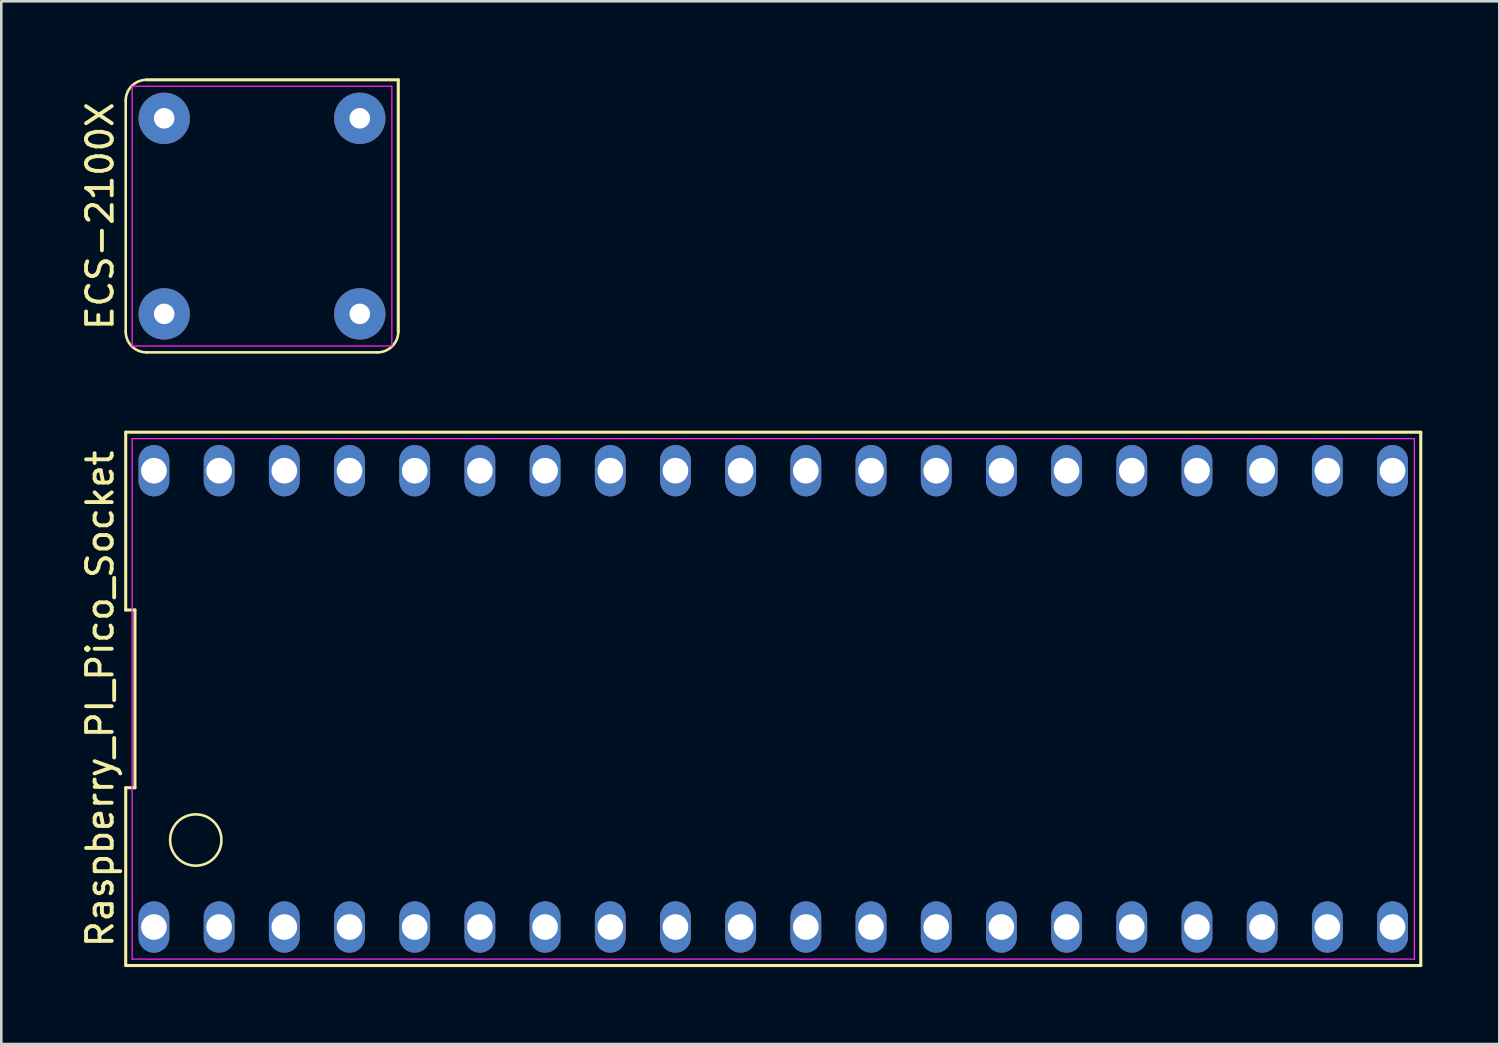
<source format=kicad_pcb>
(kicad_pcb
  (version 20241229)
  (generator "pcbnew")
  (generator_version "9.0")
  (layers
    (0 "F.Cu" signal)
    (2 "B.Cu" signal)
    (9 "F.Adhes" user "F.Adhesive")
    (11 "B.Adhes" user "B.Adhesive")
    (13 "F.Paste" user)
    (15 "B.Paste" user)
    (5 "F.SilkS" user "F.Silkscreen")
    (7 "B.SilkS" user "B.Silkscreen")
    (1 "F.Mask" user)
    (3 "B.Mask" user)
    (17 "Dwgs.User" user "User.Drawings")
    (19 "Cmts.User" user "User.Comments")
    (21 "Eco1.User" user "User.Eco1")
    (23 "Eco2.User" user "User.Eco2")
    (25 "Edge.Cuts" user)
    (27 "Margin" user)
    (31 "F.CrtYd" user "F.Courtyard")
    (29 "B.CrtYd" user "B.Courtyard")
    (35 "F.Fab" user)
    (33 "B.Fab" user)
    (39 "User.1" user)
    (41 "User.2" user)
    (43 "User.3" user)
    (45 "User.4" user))
  (footprint "ECS-2100X"
    (layer "F.Cu")
    (at 7.158 5.37)
    (property "Reference" "ECS-2100X" (at -6.31 0 90) (layer "F.SilkS") (effects (font (size 1 1) (thickness 0.15))))
    (attr through_hole)
    (fp_line (start -5.31 -4.5) (end -5.31 4.5) (stroke (width 0.1) (type default)) (layer "F.SilkS"))
    (fp_line (start -4.5 5.31) (end 4.5 5.31) (stroke (width 0.1) (type default)) (layer "F.SilkS"))
    (fp_line (start 5.31 -5.31) (end -4.5 -5.31) (stroke (width 0.12) (type default)) (layer "F.SilkS"))
    (fp_line (start 5.31 4.5) (end 5.31 -5.31) (stroke (width 0.12) (type default)) (layer "F.SilkS"))
    (fp_arc (start -5.31 -4.5) (mid -5.072756 -5.072756) (end -4.5 -5.31) (stroke (width 0.1) (type default)) (layer "F.SilkS"))
    (fp_arc (start -4.5 5.31) (mid -5.072756 5.072756) (end -5.31 4.5) (stroke (width 0.1) (type default)) (layer "F.SilkS"))
    (fp_arc (start 5.31 4.5) (mid 5.072756 5.072756) (end 4.5 5.31) (stroke (width 0.1) (type default)) (layer "F.SilkS"))
    (fp_line (start -5.06 -5.06) (end 5.06 -5.06) (stroke (width 0.05) (type default)) (layer "F.CrtYd"))
    (fp_line (start -5.06 5.06) (end -5.06 -5.06) (stroke (width 0.05) (type default)) (layer "F.CrtYd"))
    (fp_line (start 5.06 -5.06) (end 5.06 5.06) (stroke (width 0.05) (type default)) (layer "F.CrtYd"))
    (fp_line (start 5.06 5.06) (end -5.06 5.06) (stroke (width 0.05) (type default)) (layer "F.CrtYd"))
    (pad "1" thru_hole circle (at 3.81 -3.81) (size 2 2) (drill 0.8) (layers "*.Cu" "*.Mask"))
    (pad "4" thru_hole circle (at -3.81 -3.81) (size 2 2) (drill 0.8) (layers "*.Cu" "*.Mask"))
    (pad "5" thru_hole circle (at -3.81 3.81) (size 2 2) (drill 0.8) (layers "*.Cu" "*.Mask"))
    (pad "8" thru_hole circle (at 3.81 3.81) (size 2 2) (drill 0.8) (layers "*.Cu" "*.Mask")))
  (footprint "Raspberry_PI_Pico_Socket"
    (layer "F.Cu")
    (at 27.078 24.18)
    (property "Reference" "Raspberry_PI_Pico_Socket" (at -26.23 0 90) (layer "F.SilkS") (effects (font (size 1 1) (thickness 0.15))))
    (attr through_hole)
    (fp_line (start -25.23 -10.39) (end -25.23 -3.463) (stroke (width 0.12) (type default)) (layer "F.SilkS"))
    (fp_line (start -25.23 -3.463) (end -24.87 -3.463) (stroke (width 0.12) (type default)) (layer "F.SilkS"))
    (fp_line (start -25.23 3.463) (end -25.23 10.39) (stroke (width 0.12) (type default)) (layer "F.SilkS"))
    (fp_line (start -25.23 10.39) (end 25.23 10.39) (stroke (width 0.12) (type default)) (layer "F.SilkS"))
    (fp_line (start -24.87 -3.463) (end -24.87 3.463) (stroke (width 0.12) (type default)) (layer "F.SilkS"))
    (fp_line (start -24.87 3.463) (end -25.23 3.463) (stroke (width 0.12) (type default)) (layer "F.SilkS"))
    (fp_line (start 25.23 -10.39) (end -25.23 -10.39) (stroke (width 0.12) (type default)) (layer "F.SilkS"))
    (fp_line (start 25.23 10.39) (end 25.23 -10.39) (stroke (width 0.12) (type default)) (layer "F.SilkS"))
    (fp_circle (center -22.5 5.5) (end -21.5 5.5) (stroke (width 0.1) (type default)) (fill no) (layer "F.SilkS"))
    (fp_line (start -24.98 -10.14) (end 24.98 -10.14) (stroke (width 0.05) (type default)) (layer "F.CrtYd"))
    (fp_line (start -24.98 10.14) (end -24.98 -10.14) (stroke (width 0.05) (type default)) (layer "F.CrtYd"))
    (fp_line (start 24.98 -10.14) (end 24.98 10.14) (stroke (width 0.05) (type default)) (layer "F.CrtYd"))
    (fp_line (start 24.98 10.14) (end -24.98 10.14) (stroke (width 0.05) (type default)) (layer "F.CrtYd"))
    (pad "1" thru_hole oval (at -24.13 8.89) (size 1.2 2) (drill 1) (layers "*.Cu" "*.Mask"))
    (pad "2" thru_hole oval (at -21.59 8.89) (size 1.2 2) (drill 1) (layers "*.Cu" "*.Mask"))
    (pad "3" thru_hole oval (at -19.05 8.89) (size 1.2 2) (drill 1) (layers "*.Cu" "*.Mask"))
    (pad "4" thru_hole oval (at -16.51 8.89) (size 1.2 2) (drill 1) (layers "*.Cu" "*.Mask"))
    (pad "5" thru_hole oval (at -13.97 8.89) (size 1.2 2) (drill 1) (layers "*.Cu" "*.Mask"))
    (pad "6" thru_hole oval (at -11.43 8.89) (size 1.2 2) (drill 1) (layers "*.Cu" "*.Mask"))
    (pad "7" thru_hole oval (at -8.89 8.89) (size 1.2 2) (drill 1) (layers "*.Cu" "*.Mask"))
    (pad "8" thru_hole oval (at -6.35 8.89) (size 1.2 2) (drill 1) (layers "*.Cu" "*.Mask"))
    (pad "9" thru_hole oval (at -3.81 8.89) (size 1.2 2) (drill 1) (layers "*.Cu" "*.Mask"))
    (pad "10" thru_hole oval (at -1.27 8.89) (size 1.2 2) (drill 1) (layers "*.Cu" "*.Mask"))
    (pad "11" thru_hole oval (at 1.27 8.89) (size 1.2 2) (drill 1) (layers "*.Cu" "*.Mask"))
    (pad "12" thru_hole oval (at 3.81 8.89) (size 1.2 2) (drill 1) (layers "*.Cu" "*.Mask"))
    (pad "13" thru_hole oval (at 6.35 8.89) (size 1.2 2) (drill 1) (layers "*.Cu" "*.Mask"))
    (pad "14" thru_hole oval (at 8.89 8.89) (size 1.2 2) (drill 1) (layers "*.Cu" "*.Mask"))
    (pad "15" thru_hole oval (at 11.43 8.89) (size 1.2 2) (drill 1) (layers "*.Cu" "*.Mask"))
    (pad "16" thru_hole oval (at 13.97 8.89) (size 1.2 2) (drill 1) (layers "*.Cu" "*.Mask"))
    (pad "17" thru_hole oval (at 16.51 8.89) (size 1.2 2) (drill 1) (layers "*.Cu" "*.Mask"))
    (pad "18" thru_hole oval (at 19.05 8.89) (size 1.2 2) (drill 1) (layers "*.Cu" "*.Mask"))
    (pad "19" thru_hole oval (at 21.59 8.89) (size 1.2 2) (drill 1) (layers "*.Cu" "*.Mask"))
    (pad "20" thru_hole oval (at 24.13 8.89) (size 1.2 2) (drill 1) (layers "*.Cu" "*.Mask"))
    (pad "21" thru_hole oval (at 24.13 -8.89) (size 1.2 2) (drill 1) (layers "*.Cu" "*.Mask"))
    (pad "22" thru_hole oval (at 21.59 -8.89) (size 1.2 2) (drill 1) (layers "*.Cu" "*.Mask"))
    (pad "23" thru_hole oval (at 19.05 -8.89) (size 1.2 2) (drill 1) (layers "*.Cu" "*.Mask"))
    (pad "24" thru_hole oval (at 16.51 -8.89) (size 1.2 2) (drill 1) (layers "*.Cu" "*.Mask"))
    (pad "25" thru_hole oval (at 13.97 -8.89) (size 1.2 2) (drill 1) (layers "*.Cu" "*.Mask"))
    (pad "26" thru_hole oval (at 11.43 -8.89) (size 1.2 2) (drill 1) (layers "*.Cu" "*.Mask"))
    (pad "27" thru_hole oval (at 8.89 -8.89) (size 1.2 2) (drill 1) (layers "*.Cu" "*.Mask"))
    (pad "28" thru_hole oval (at 6.35 -8.89) (size 1.2 2) (drill 1) (layers "*.Cu" "*.Mask"))
    (pad "29" thru_hole oval (at 3.81 -8.89) (size 1.2 2) (drill 1) (layers "*.Cu" "*.Mask"))
    (pad "30" thru_hole oval (at 1.27 -8.89) (size 1.2 2) (drill 1) (layers "*.Cu" "*.Mask"))
    (pad "31" thru_hole oval (at -1.27 -8.89) (size 1.2 2) (drill 1) (layers "*.Cu" "*.Mask"))
    (pad "32" thru_hole oval (at -3.81 -8.89) (size 1.2 2) (drill 1) (layers "*.Cu" "*.Mask"))
    (pad "33" thru_hole oval (at -6.35 -8.89) (size 1.2 2) (drill 1) (layers "*.Cu" "*.Mask"))
    (pad "34" thru_hole oval (at -8.89 -8.89) (size 1.2 2) (drill 1) (layers "*.Cu" "*.Mask"))
    (pad "35" thru_hole oval (at -11.43 -8.89) (size 1.2 2) (drill 1) (layers "*.Cu" "*.Mask"))
    (pad "36" thru_hole oval (at -13.97 -8.89) (size 1.2 2) (drill 1) (layers "*.Cu" "*.Mask"))
    (pad "37" thru_hole oval (at -16.51 -8.89) (size 1.2 2) (drill 1) (layers "*.Cu" "*.Mask"))
    (pad "38" thru_hole oval (at -19.05 -8.89) (size 1.2 2) (drill 1) (layers "*.Cu" "*.Mask"))
    (pad "39" thru_hole oval (at -21.59 -8.89) (size 1.2 2) (drill 1) (layers "*.Cu" "*.Mask"))
    (pad "40" thru_hole oval (at -24.13 -8.89) (size 1.2 2) (drill 1) (layers "*.Cu" "*.Mask")))
  (gr_rect
    (start -3 -3)
    (end 55.368 37.63)
    (stroke (width 0.1) (type default))
    (fill no)
    (layer "Edge.Cuts")))
</source>
